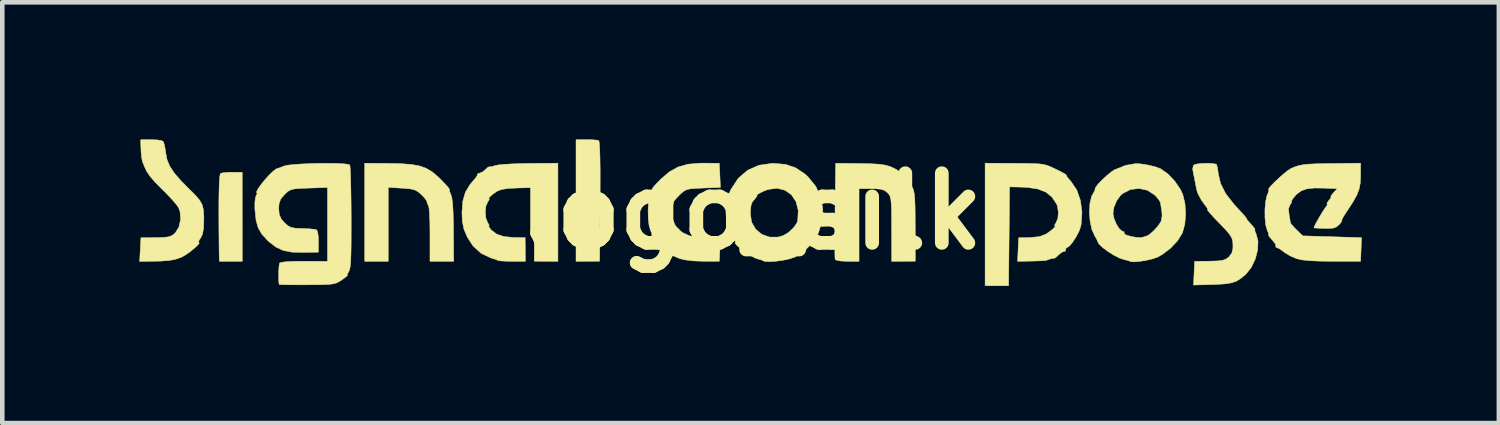
<source format=kicad_pcb>
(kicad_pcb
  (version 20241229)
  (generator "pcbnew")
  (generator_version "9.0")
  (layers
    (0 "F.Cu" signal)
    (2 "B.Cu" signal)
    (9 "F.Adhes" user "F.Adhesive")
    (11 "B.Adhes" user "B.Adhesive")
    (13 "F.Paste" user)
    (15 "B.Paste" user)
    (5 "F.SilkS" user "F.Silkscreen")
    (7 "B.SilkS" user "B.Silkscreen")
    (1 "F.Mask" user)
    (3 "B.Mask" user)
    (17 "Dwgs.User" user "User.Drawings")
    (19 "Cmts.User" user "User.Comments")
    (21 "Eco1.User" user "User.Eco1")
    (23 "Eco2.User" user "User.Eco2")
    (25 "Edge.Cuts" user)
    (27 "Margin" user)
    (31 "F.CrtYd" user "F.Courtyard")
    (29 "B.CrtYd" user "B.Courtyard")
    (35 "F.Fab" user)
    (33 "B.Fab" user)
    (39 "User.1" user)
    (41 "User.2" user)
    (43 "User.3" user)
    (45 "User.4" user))
  (footprint "logo_silk"
    (layer "F.Cu")
    (at 13.382 1.574)
    (property "Reference" "logo_silk" (at 0 0 0) (layer "F.SilkS") (effects (font (size 1.524 1.524) (thickness 0.3))))
    (attr through_hole)
    (fp_poly (pts (xy -3.469 -1.566) (xy -3.37 -1.557) (xy -3.332 -1.547) (xy -3.321 -1.5) (xy -3.312 -1.377) (xy -3.306 -1.182) (xy -3.302 -0.918) (xy -3.302 -0.589) (xy -3.303 -0.216) (xy -3.314 1.09) (xy -3.572 1.092) (xy -3.83 1.094) (xy -3.83 -1.566) (xy -3.601 -1.569) (xy -3.469 -1.566)) (stroke (width 0.01) (type solid)) (fill yes) (layer "F.SilkS"))
    (fp_poly (pts (xy -11.133 -0.853) (xy -11.132 1.093) (xy -11.38 1.093) (xy -11.51 1.093) (xy -11.601 1.093) (xy -11.633 1.092) (xy -11.635 1.054) (xy -11.637 0.948) (xy -11.639 0.783) (xy -11.641 0.573) (xy -11.643 0.326) (xy -11.644 0.146) (xy -11.644 -0.179) (xy -11.64 -0.443) (xy -11.634 -0.643) (xy -11.623 -0.773) (xy -11.61 -0.828) (xy -11.609 -0.829) (xy -11.549 -0.845) (xy -11.439 -0.854) (xy -11.351 -0.856) (xy -11.133 -0.853)) (stroke (width 0.01) (type solid)) (fill yes) (layer "F.SilkS"))
    (fp_poly (pts (xy -7.967 -1.05) (xy -7.672 -1.044) (xy -7.441 -1.027) (xy -7.258 -0.995) (xy -7.109 -0.942) (xy -6.977 -0.864) (xy -6.849 -0.756) (xy -6.768 -0.677) (xy -6.676 -0.579) (xy -6.614 -0.508) (xy -6.596 -0.477) (xy -6.597 -0.476) (xy -6.6 -0.446) (xy -6.57 -0.374) (xy -6.569 -0.372) (xy -6.547 -0.299) (xy -6.53 -0.174) (xy -6.519 0.011) (xy -6.512 0.263) (xy -6.511 0.412) (xy -6.506 1.093) (xy -7.025 1.093) (xy -7.025 0.489) (xy -7.027 0.249) (xy -7.035 0.059) (xy -7.046 -0.073) (xy -7.062 -0.136) (xy -7.065 -0.139) (xy -7.09 -0.183) (xy -7.086 -0.195) (xy -7.101 -0.238) (xy -7.16 -0.312) (xy -7.203 -0.357) (xy -7.281 -0.426) (xy -7.356 -0.468) (xy -7.452 -0.491) (xy -7.597 -0.504) (xy -7.638 -0.507) (xy -7.938 -0.525) (xy -7.938 1.093) (xy -8.453 1.093) (xy -8.453 -1.053) (xy -7.967 -1.05)) (stroke (width 0.01) (type solid)) (fill yes) (layer "F.SilkS"))
    (fp_poly (pts (xy 2.325 -1.048) (xy 2.581 -1.043) (xy 2.775 -1.033) (xy 2.921 -1.014) (xy 3.036 -0.984) (xy 3.135 -0.939) (xy 3.207 -0.897) (xy 3.307 -0.826) (xy 3.396 -0.75) (xy 3.46 -0.684) (xy 3.484 -0.642) (xy 3.474 -0.635) (xy 3.47 -0.61) (xy 3.496 -0.572) (xy 3.528 -0.526) (xy 3.551 -0.471) (xy 3.569 -0.393) (xy 3.58 -0.283) (xy 3.587 -0.127) (xy 3.59 0.085) (xy 3.591 0.364) (xy 3.591 0.376) (xy 3.592 1.09) (xy 3.334 1.092) (xy 3.076 1.094) (xy 3.075 0.389) (xy 3.074 0.135) (xy 3.072 -0.051) (xy 3.066 -0.182) (xy 3.056 -0.271) (xy 3.04 -0.33) (xy 3.017 -0.371) (xy 2.985 -0.406) (xy 2.985 -0.407) (xy 2.921 -0.457) (xy 2.842 -0.484) (xy 2.722 -0.495) (xy 2.628 -0.496) (xy 2.362 -0.496) (xy 2.362 1.093) (xy 2.109 1.093) (xy 1.969 1.087) (xy 1.872 1.07) (xy 1.839 1.05) (xy 1.835 1) (xy 1.833 0.882) (xy 1.832 0.706) (xy 1.832 0.484) (xy 1.834 0.227) (xy 1.837 -0.023) (xy 1.851 -1.052) (xy 2.325 -1.048)) (stroke (width 0.01) (type solid)) (fill yes) (layer "F.SilkS"))
    (fp_poly (pts (xy -12.995 -1.563) (xy -12.897 -1.547) (xy -12.862 -1.53) (xy -12.839 -1.469) (xy -12.817 -1.358) (xy -12.807 -1.285) (xy -12.778 -1.133) (xy -12.719 -0.989) (xy -12.619 -0.838) (xy -12.471 -0.667) (xy -12.296 -0.491) (xy -12.154 -0.35) (xy -12.062 -0.241) (xy -12.007 -0.141) (xy -11.981 -0.029) (xy -11.972 0.116) (xy -11.972 0.179) (xy -11.978 0.369) (xy -12.003 0.502) (xy -12.05 0.596) (xy -12.062 0.611) (xy -12.091 0.661) (xy -12.082 0.675) (xy -12.073 0.695) (xy -12.115 0.747) (xy -12.191 0.817) (xy -12.287 0.893) (xy -12.388 0.962) (xy -12.462 1.002) (xy -12.585 1.047) (xy -12.729 1.075) (xy -12.918 1.088) (xy -13.009 1.09) (xy -13.377 1.096) (xy -13.363 0.837) (xy -13.349 0.578) (xy -13.023 0.574) (xy -12.857 0.57) (xy -12.749 0.558) (xy -12.676 0.533) (xy -12.618 0.491) (xy -12.595 0.468) (xy -12.516 0.34) (xy -12.481 0.176) (xy -12.493 0.007) (xy -12.524 -0.081) (xy -12.573 -0.15) (xy -12.665 -0.257) (xy -12.786 -0.385) (xy -12.879 -0.478) (xy -13.041 -0.641) (xy -13.153 -0.771) (xy -13.227 -0.882) (xy -13.275 -0.99) (xy -13.276 -0.992) (xy -13.296 -1.041) (xy -13.312 -1.079) (xy -13.33 -1.156) (xy -13.344 -1.278) (xy -13.348 -1.356) (xy -13.355 -1.566) (xy -13.125 -1.568) (xy -12.995 -1.563)) (stroke (width 0.01) (type solid)) (fill yes) (layer "F.SilkS"))
    (fp_poly (pts (xy -0.695 -1.052) (xy -0.683 -0.788) (xy -0.671 -0.524) (xy -1.048 -0.51) (xy -1.225 -0.502) (xy -1.342 -0.491) (xy -1.422 -0.469) (xy -1.485 -0.432) (xy -1.551 -0.374) (xy -1.564 -0.361) (xy -1.643 -0.278) (xy -1.692 -0.218) (xy -1.698 -0.202) (xy -1.709 -0.15) (xy -1.725 -0.107) (xy -1.742 0.008) (xy -1.721 0.152) (xy -1.668 0.289) (xy -1.64 0.333) (xy -1.514 0.457) (xy -1.349 0.535) (xy -1.131 0.572) (xy -0.981 0.576) (xy -0.671 0.573) (xy -0.683 0.832) (xy -0.695 1.091) (xy -1.039 1.092) (xy -1.262 1.084) (xy -1.455 1.06) (xy -1.562 1.033) (xy -1.696 0.976) (xy -1.814 0.906) (xy -1.843 0.883) (xy -1.925 0.822) (xy -1.988 0.794) (xy -1.991 0.794) (xy -2.017 0.777) (xy -2.01 0.767) (xy -2.018 0.724) (xy -2.069 0.652) (xy -2.09 0.628) (xy -2.152 0.558) (xy -2.176 0.519) (xy -2.173 0.516) (xy -2.171 0.486) (xy -2.201 0.414) (xy -2.201 0.413) (xy -2.232 0.307) (xy -2.249 0.151) (xy -2.253 -0.026) (xy -2.242 -0.196) (xy -2.219 -0.329) (xy -2.202 -0.371) (xy -2.17 -0.448) (xy -2.166 -0.486) (xy -2.147 -0.519) (xy -2.084 -0.592) (xy -1.989 -0.69) (xy -1.971 -0.708) (xy -1.785 -0.867) (xy -1.595 -0.972) (xy -1.38 -1.032) (xy -1.117 -1.054) (xy -1.032 -1.055) (xy -0.695 -1.052)) (stroke (width 0.01) (type solid)) (fill yes) (layer "F.SilkS"))
    (fp_poly (pts (xy -4.226 1.094) (xy -4.485 1.092) (xy -4.743 1.09) (xy -4.742 0.285) (xy -4.742 -0.52) (xy -5.099 -0.512) (xy -5.32 -0.501) (xy -5.472 -0.476) (xy -5.556 -0.441) (xy -5.653 -0.374) (xy -5.719 -0.316) (xy -5.74 -0.282) (xy -5.732 -0.278) (xy -5.73 -0.253) (xy -5.761 -0.208) (xy -5.802 -0.113) (xy -5.815 0.021) (xy -5.801 0.154) (xy -5.76 0.251) (xy -5.76 0.252) (xy -5.729 0.303) (xy -5.737 0.318) (xy -5.735 0.342) (xy -5.689 0.402) (xy -5.677 0.415) (xy -5.565 0.499) (xy -5.412 0.55) (xy -5.202 0.572) (xy -5.14 0.573) (xy -4.943 0.575) (xy -4.94 0.834) (xy -4.938 1.093) (xy -5.23 1.093) (xy -5.374 1.09) (xy -5.485 1.083) (xy -5.54 1.074) (xy -5.542 1.072) (xy -5.597 1.047) (xy -5.599 1.047) (xy -5.654 1.033) (xy -5.655 1.032) (xy -5.705 1.014) (xy -5.907 0.918) (xy -6.084 0.755) (xy -6.21 0.561) (xy -6.282 0.389) (xy -6.318 0.216) (xy -6.325 0.02) (xy -6.306 -0.224) (xy -6.251 -0.417) (xy -6.151 -0.584) (xy -6.082 -0.664) (xy -6.015 -0.745) (xy -5.984 -0.801) (xy -5.985 -0.812) (xy -5.973 -0.831) (xy -5.946 -0.833) (xy -5.876 -0.861) (xy -5.814 -0.913) (xy -5.756 -0.966) (xy -5.724 -0.975) (xy -5.679 -0.976) (xy -5.602 -1.001) (xy -5.526 -1.016) (xy -5.388 -1.029) (xy -5.203 -1.04) (xy -4.986 -1.047) (xy -4.862 -1.049) (xy -4.226 -1.054) (xy -4.226 1.094)) (stroke (width 0.01) (type solid)) (fill yes) (layer "F.SilkS"))
    (fp_poly (pts (xy 5.765 -1.051) (xy 6.005 -1.049) (xy 6.182 -1.045) (xy 6.312 -1.038) (xy 6.41 -1.023) (xy 6.493 -1) (xy 6.576 -0.965) (xy 6.668 -0.922) (xy 6.788 -0.861) (xy 6.87 -0.816) (xy 6.897 -0.795) (xy 6.896 -0.795) (xy 6.903 -0.769) (xy 6.954 -0.703) (xy 7.001 -0.651) (xy 7.125 -0.468) (xy 7.206 -0.236) (xy 7.239 0.021) (xy 7.221 0.283) (xy 7.212 0.328) (xy 7.176 0.432) (xy 7.114 0.552) (xy 7.04 0.667) (xy 6.97 0.754) (xy 6.916 0.792) (xy 6.913 0.792) (xy 6.88 0.816) (xy 6.886 0.833) (xy 6.878 0.868) (xy 6.855 0.873) (xy 6.788 0.9) (xy 6.728 0.951) (xy 6.668 1.008) (xy 6.633 1.026) (xy 6.578 1.032) (xy 6.513 1.051) (xy 6.509 1.052) (xy 6.462 1.07) (xy 6.459 1.072) (xy 6.418 1.077) (xy 6.317 1.083) (xy 6.176 1.087) (xy 6.14 1.088) (xy 5.831 1.094) (xy 5.842 0.836) (xy 5.854 0.578) (xy 6.099 0.574) (xy 6.311 0.552) (xy 6.456 0.495) (xy 6.557 0.424) (xy 6.628 0.362) (xy 6.654 0.324) (xy 6.646 0.318) (xy 6.643 0.293) (xy 6.666 0.26) (xy 6.711 0.157) (xy 6.723 0.019) (xy 6.702 -0.117) (xy 6.685 -0.159) (xy 6.582 -0.314) (xy 6.448 -0.422) (xy 6.269 -0.491) (xy 6.034 -0.525) (xy 5.894 -0.531) (xy 5.655 -0.536) (xy 5.645 0.546) (xy 5.634 1.627) (xy 5.12 1.627) (xy 5.12 -1.054) (xy 5.765 -1.051)) (stroke (width 0.01) (type solid)) (fill yes) (layer "F.SilkS"))
    (fp_poly (pts (xy 0.755 -1.027) (xy 0.972 -0.954) (xy 1.172 -0.821) (xy 1.243 -0.758) (xy 1.417 -0.545) (xy 1.525 -0.303) (xy 1.569 -0.046) (xy 1.553 0.213) (xy 1.476 0.463) (xy 1.343 0.689) (xy 1.155 0.878) (xy 0.953 1.002) (xy 0.84 1.04) (xy 0.695 1.071) (xy 0.54 1.092) (xy 0.4 1.101) (xy 0.296 1.094) (xy 0.258 1.079) (xy 0.205 1.055) (xy 0.155 1.044) (xy 0.082 1.018) (xy -0.016 0.964) (xy -0.123 0.894) (xy -0.224 0.819) (xy -0.305 0.75) (xy -0.351 0.698) (xy -0.345 0.675) (xy -0.341 0.675) (xy -0.345 0.65) (xy -0.391 0.593) (xy -0.48 0.445) (xy -0.534 0.249) (xy -0.548 0.05) (xy -0.016 0.05) (xy 0.011 0.236) (xy 0.099 0.39) (xy 0.234 0.502) (xy 0.403 0.563) (xy 0.59 0.563) (xy 0.714 0.526) (xy 0.822 0.46) (xy 0.926 0.362) (xy 1 0.259) (xy 1.02 0.208) (xy 1.032 -0.02) (xy 0.983 -0.213) (xy 0.883 -0.363) (xy 0.742 -0.463) (xy 0.568 -0.505) (xy 0.371 -0.479) (xy 0.272 -0.441) (xy 0.179 -0.394) (xy 0.131 -0.364) (xy 0.131 -0.359) (xy 0.129 -0.333) (xy 0.084 -0.274) (xy 0.081 -0.27) (xy 0.032 -0.213) (xy 0.005 -0.158) (xy -0.008 -0.077) (xy -0.016 0.05) (xy -0.548 0.05) (xy -0.55 0.024) (xy -0.528 -0.207) (xy -0.466 -0.422) (xy -0.438 -0.485) (xy -0.279 -0.725) (xy -0.075 -0.9) (xy 0.171 -1.008) (xy 0.46 -1.05) (xy 0.496 -1.05) (xy 0.755 -1.027)) (stroke (width 0.01) (type solid)) (fill yes) (layer "F.SilkS"))
    (fp_poly (pts (xy 10.105 -1.046) (xy 10.174 -1.032) (xy 10.184 -1.025) (xy 10.2 -0.969) (xy 10.216 -0.868) (xy 10.219 -0.834) (xy 10.271 -0.61) (xy 10.383 -0.388) (xy 10.562 -0.157) (xy 10.625 -0.089) (xy 10.728 0.022) (xy 10.804 0.107) (xy 10.84 0.154) (xy 10.841 0.159) (xy 10.852 0.184) (xy 10.905 0.247) (xy 10.934 0.278) (xy 10.998 0.351) (xy 11.026 0.393) (xy 11.023 0.397) (xy 11.021 0.427) (xy 11.05 0.496) (xy 11.091 0.652) (xy 11.083 0.841) (xy 11.032 1.04) (xy 10.944 1.226) (xy 10.825 1.375) (xy 10.822 1.377) (xy 10.719 1.464) (xy 10.623 1.525) (xy 10.514 1.563) (xy 10.375 1.586) (xy 10.186 1.598) (xy 10.049 1.602) (xy 9.68 1.612) (xy 9.692 1.353) (xy 9.704 1.094) (xy 10.031 1.09) (xy 10.2 1.085) (xy 10.312 1.072) (xy 10.387 1.046) (xy 10.446 1.003) (xy 10.453 0.997) (xy 10.517 0.914) (xy 10.542 0.81) (xy 10.542 0.732) (xy 10.536 0.648) (xy 10.514 0.577) (xy 10.468 0.502) (xy 10.387 0.406) (xy 10.26 0.273) (xy 10.245 0.258) (xy 10.128 0.137) (xy 10.04 0.039) (xy 9.99 -0.023) (xy 9.984 -0.04) (xy 9.984 -0.065) (xy 9.94 -0.126) (xy 9.937 -0.129) (xy 9.846 -0.256) (xy 9.774 -0.394) (xy 9.747 -0.478) (xy 9.733 -0.553) (xy 9.711 -0.665) (xy 9.705 -0.695) (xy 9.681 -0.814) (xy 9.664 -0.908) (xy 9.661 -0.922) (xy 9.674 -0.996) (xy 9.696 -1.02) (xy 9.762 -1.038) (xy 9.871 -1.049) (xy 9.994 -1.052) (xy 10.105 -1.046)) (stroke (width 0.01) (type solid)) (fill yes) (layer "F.SilkS"))
    (fp_poly (pts (xy 8.53 -1.038) (xy 8.684 -1.013) (xy 8.838 -0.976) (xy 8.954 -0.934) (xy 8.958 -0.932) (xy 9.114 -0.824) (xy 9.266 -0.665) (xy 9.39 -0.485) (xy 9.443 -0.374) (xy 9.492 -0.174) (xy 9.508 0.056) (xy 9.489 0.281) (xy 9.438 0.469) (xy 9.435 0.476) (xy 9.33 0.644) (xy 9.174 0.809) (xy 8.992 0.946) (xy 8.89 1.002) (xy 8.781 1.04) (xy 8.643 1.072) (xy 8.501 1.095) (xy 8.378 1.105) (xy 8.3 1.098) (xy 8.288 1.091) (xy 8.242 1.074) (xy 8.163 1.057) (xy 8.059 1.021) (xy 7.932 0.956) (xy 7.801 0.873) (xy 7.687 0.787) (xy 7.607 0.709) (xy 7.58 0.655) (xy 7.562 0.61) (xy 7.52 0.539) (xy 7.456 0.397) (xy 7.417 0.215) (xy 7.404 0.05) (xy 7.918 0.05) (xy 7.942 0.162) (xy 7.992 0.28) (xy 8.054 0.378) (xy 8.115 0.433) (xy 8.132 0.437) (xy 8.167 0.451) (xy 8.16 0.465) (xy 8.167 0.496) (xy 8.23 0.526) (xy 8.328 0.553) (xy 8.437 0.57) (xy 8.534 0.573) (xy 8.598 0.558) (xy 8.602 0.555) (xy 8.644 0.542) (xy 8.652 0.541) (xy 8.716 0.506) (xy 8.803 0.43) (xy 8.891 0.334) (xy 8.957 0.242) (xy 8.973 0.209) (xy 8.992 0.1) (xy 8.985 -0.013) (xy 8.967 -0.116) (xy 8.958 -0.187) (xy 8.958 -0.187) (xy 8.93 -0.242) (xy 8.863 -0.324) (xy 8.828 -0.36) (xy 8.669 -0.462) (xy 8.486 -0.501) (xy 8.298 -0.477) (xy 8.129 -0.39) (xy 8.081 -0.347) (xy 7.995 -0.227) (xy 7.935 -0.079) (xy 7.918 0.05) (xy 7.404 0.05) (xy 7.402 0.017) (xy 7.413 -0.171) (xy 7.449 -0.327) (xy 7.493 -0.407) (xy 7.524 -0.462) (xy 7.523 -0.481) (xy 7.534 -0.52) (xy 7.591 -0.594) (xy 7.678 -0.686) (xy 7.78 -0.781) (xy 7.881 -0.863) (xy 7.948 -0.908) (xy 8.197 -1.007) (xy 8.414 -1.045) (xy 8.53 -1.038)) (stroke (width 0.01) (type solid)) (fill yes) (layer "F.SilkS"))
    (fp_poly (pts (xy -9.029 -1.047) (xy -8.886 -1.038) (xy -8.799 -1.024) (xy -8.779 -1.014) (xy -8.772 -0.965) (xy -8.765 -0.847) (xy -8.76 -0.671) (xy -8.755 -0.447) (xy -8.751 -0.185) (xy -8.749 0.102) (xy -8.749 0.139) (xy -8.749 0.475) (xy -8.75 0.741) (xy -8.754 0.944) (xy -8.76 1.094) (xy -8.769 1.199) (xy -8.781 1.268) (xy -8.797 1.309) (xy -8.804 1.32) (xy -8.836 1.373) (xy -8.827 1.389) (xy -8.836 1.408) (xy -8.896 1.458) (xy -8.95 1.497) (xy -9.014 1.538) (xy -9.073 1.567) (xy -9.144 1.586) (xy -9.241 1.598) (xy -9.378 1.604) (xy -9.572 1.606) (xy -9.714 1.607) (xy -9.923 1.607) (xy -10.102 1.606) (xy -10.236 1.604) (xy -10.312 1.601) (xy -10.324 1.599) (xy -10.333 1.538) (xy -10.336 1.431) (xy -10.334 1.308) (xy -10.327 1.199) (xy -10.316 1.135) (xy -10.314 1.13) (xy -10.262 1.113) (xy -10.142 1.1) (xy -9.965 1.093) (xy -9.775 1.091) (xy -9.267 1.094) (xy -9.267 -0.523) (xy -9.673 -0.509) (xy -9.857 -0.502) (xy -9.981 -0.492) (xy -10.064 -0.474) (xy -10.124 -0.443) (xy -10.181 -0.394) (xy -10.206 -0.369) (xy -10.291 -0.269) (xy -10.327 -0.168) (xy -10.334 -0.06) (xy -10.322 0.073) (xy -10.277 0.17) (xy -10.209 0.247) (xy -10.135 0.314) (xy -10.063 0.352) (xy -9.966 0.369) (xy -9.818 0.375) (xy -9.815 0.375) (xy -9.672 0.381) (xy -9.56 0.392) (xy -9.503 0.405) (xy -9.481 0.456) (xy -9.467 0.561) (xy -9.465 0.662) (xy -9.467 0.893) (xy -9.806 0.899) (xy -10.047 0.892) (xy -10.235 0.856) (xy -10.394 0.783) (xy -10.547 0.664) (xy -10.581 0.632) (xy -10.703 0.499) (xy -10.783 0.361) (xy -10.83 0.196) (xy -10.853 -0.02) (xy -10.856 -0.059) (xy -10.856 -0.195) (xy -10.843 -0.302) (xy -10.827 -0.347) (xy -10.804 -0.39) (xy -10.811 -0.397) (xy -10.821 -0.423) (xy -10.788 -0.49) (xy -10.723 -0.583) (xy -10.638 -0.689) (xy -10.546 -0.791) (xy -10.46 -0.875) (xy -10.391 -0.927) (xy -10.367 -0.936) (xy -10.314 -0.953) (xy -10.224 -0.989) (xy -10.22 -0.991) (xy -10.139 -1.01) (xy -10.002 -1.025) (xy -9.825 -1.037) (xy -9.623 -1.046) (xy -9.413 -1.051) (xy -9.209 -1.051) (xy -9.029 -1.047)) (stroke (width 0.01) (type solid)) (fill yes) (layer "F.SilkS"))
    (fp_poly (pts (xy 13.335 -0.781) (xy 13.329 -0.626) (xy 13.304 -0.493) (xy 13.254 -0.36) (xy 13.17 -0.208) (xy 13.045 -0.016) (xy 13.027 0.01) (xy 12.962 0.11) (xy 12.926 0.179) (xy 12.925 0.198) (xy 12.92 0.223) (xy 12.873 0.283) (xy 12.866 0.289) (xy 12.803 0.343) (xy 12.724 0.369) (xy 12.602 0.375) (xy 12.552 0.373) (xy 12.427 0.369) (xy 12.34 0.364) (xy 12.314 0.362) (xy 12.324 0.327) (xy 12.365 0.248) (xy 12.423 0.144) (xy 12.487 0.037) (xy 12.543 -0.051) (xy 12.572 -0.089) (xy 12.607 -0.142) (xy 12.601 -0.159) (xy 12.6 -0.183) (xy 12.64 -0.238) (xy 12.684 -0.295) (xy 12.685 -0.318) (xy 12.689 -0.342) (xy 12.736 -0.402) (xy 12.741 -0.407) (xy 12.824 -0.496) (xy 12.554 -0.508) (xy 12.329 -0.511) (xy 12.165 -0.494) (xy 12.042 -0.452) (xy 11.944 -0.382) (xy 11.918 -0.356) (xy 11.854 -0.28) (xy 11.825 -0.231) (xy 11.827 -0.224) (xy 11.821 -0.188) (xy 11.793 -0.145) (xy 11.758 -0.06) (xy 11.77 0.069) (xy 11.788 0.171) (xy 11.796 0.236) (xy 11.796 0.242) (xy 11.819 0.281) (xy 11.884 0.354) (xy 11.93 0.401) (xy 12.069 0.536) (xy 12.712 0.556) (xy 13.355 0.575) (xy 13.35 0.704) (xy 13.345 0.845) (xy 13.34 0.963) (xy 13.335 1.092) (xy 12.72 1.092) (xy 12.435 1.089) (xy 12.217 1.079) (xy 12.055 1.062) (xy 11.94 1.036) (xy 11.929 1.032) (xy 11.796 0.975) (xy 11.678 0.905) (xy 11.651 0.883) (xy 11.568 0.822) (xy 11.506 0.794) (xy 11.502 0.794) (xy 11.477 0.777) (xy 11.483 0.767) (xy 11.476 0.724) (xy 11.425 0.652) (xy 11.403 0.628) (xy 11.342 0.558) (xy 11.318 0.519) (xy 11.321 0.516) (xy 11.323 0.486) (xy 11.293 0.414) (xy 11.292 0.413) (xy 11.26 0.301) (xy 11.243 0.141) (xy 11.242 -0.038) (xy 11.256 -0.208) (xy 11.285 -0.339) (xy 11.297 -0.367) (xy 11.327 -0.442) (xy 11.325 -0.476) (xy 11.323 -0.476) (xy 11.326 -0.499) (xy 11.375 -0.56) (xy 11.457 -0.643) (xy 11.556 -0.736) (xy 11.658 -0.826) (xy 11.749 -0.898) (xy 11.809 -0.936) (xy 11.894 -0.973) (xy 11.979 -1.001) (xy 12.078 -1.02) (xy 12.205 -1.033) (xy 12.376 -1.041) (xy 12.605 -1.046) (xy 12.73 -1.047) (xy 13.335 -1.054) (xy 13.335 -0.781)) (stroke (width 0.01) (type solid)) (fill yes) (layer "F.SilkS")))
  (gr_rect
    (start -3 -3)
    (end 29.742 6.206)
    (stroke (width 0.1) (type default))
    (fill no)
    (layer "Edge.Cuts")))
</source>
